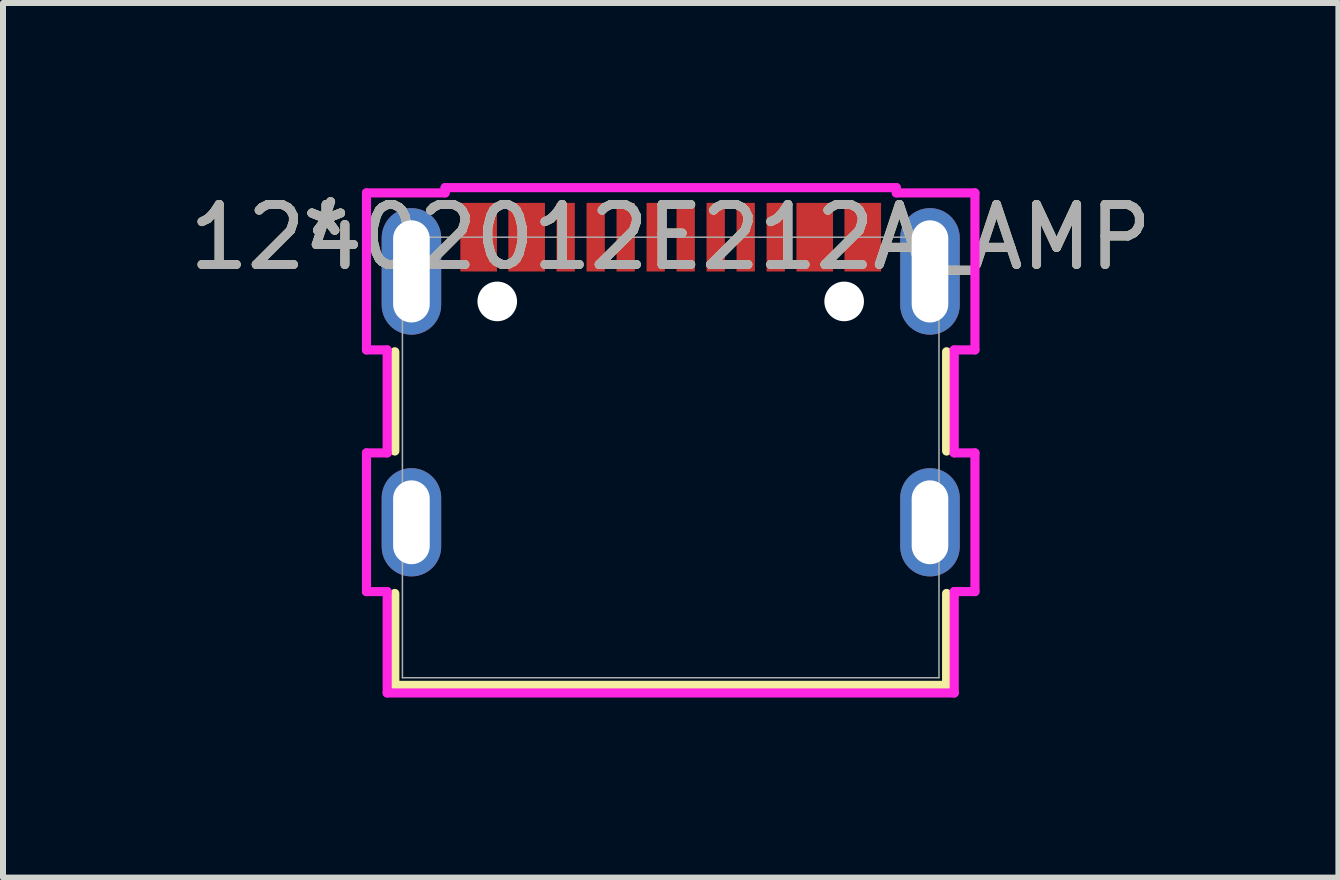
<source format=kicad_pcb>
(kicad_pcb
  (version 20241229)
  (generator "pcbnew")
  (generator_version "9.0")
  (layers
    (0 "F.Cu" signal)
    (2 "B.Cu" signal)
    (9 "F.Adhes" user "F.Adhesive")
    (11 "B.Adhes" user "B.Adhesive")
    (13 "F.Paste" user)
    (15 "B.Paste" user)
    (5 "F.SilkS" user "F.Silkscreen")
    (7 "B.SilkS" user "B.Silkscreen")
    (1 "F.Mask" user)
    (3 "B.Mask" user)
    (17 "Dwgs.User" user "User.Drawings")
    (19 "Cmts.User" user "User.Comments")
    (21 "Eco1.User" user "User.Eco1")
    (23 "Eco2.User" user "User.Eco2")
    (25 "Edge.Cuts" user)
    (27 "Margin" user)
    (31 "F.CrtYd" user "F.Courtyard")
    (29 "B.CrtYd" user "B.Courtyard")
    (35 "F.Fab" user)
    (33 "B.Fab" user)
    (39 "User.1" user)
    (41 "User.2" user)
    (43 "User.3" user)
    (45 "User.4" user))
  (footprint "12402012E212A_AMP"
    (layer "F.Cu")
    (at 8.125 4.572)
    (property "Reference" "12402012E212A_AMP" (at 0 -3.67 0) (unlocked yes) (layer "F.SilkS") (effects (font (size 1 1) (thickness 0.15))))
    (attr smd)
    (fp_line (start -4.597 -1.761) (end -4.597 -0.107) (stroke (width 0.152) (type solid)) (layer "F.SilkS"))
    (fp_line (start -4.597 2.266) (end -4.597 3.797) (stroke (width 0.152) (type solid)) (layer "F.SilkS"))
    (fp_line (start -4.597 3.797) (end 4.597 3.797) (stroke (width 0.152) (type solid)) (layer "F.SilkS"))
    (fp_line (start 4.597 -0.107) (end 4.597 -1.761) (stroke (width 0.152) (type solid)) (layer "F.SilkS"))
    (fp_line (start 4.597 3.797) (end 4.597 2.266) (stroke (width 0.152) (type solid)) (layer "F.SilkS"))
    (fp_line (start -5.069 -4.408) (end -5.069 -1.792) (stroke (width 0.152) (type solid)) (layer "F.CrtYd"))
    (fp_line (start -5.069 -1.792) (end -4.724 -1.792) (stroke (width 0.152) (type solid)) (layer "F.CrtYd"))
    (fp_line (start -5.069 -0.076) (end -5.069 2.235) (stroke (width 0.152) (type solid)) (layer "F.CrtYd"))
    (fp_line (start -5.069 2.235) (end -4.724 2.235) (stroke (width 0.152) (type solid)) (layer "F.CrtYd"))
    (fp_line (start -4.724 -1.792) (end -4.724 -0.076) (stroke (width 0.152) (type solid)) (layer "F.CrtYd"))
    (fp_line (start -4.724 -0.076) (end -5.069 -0.076) (stroke (width 0.152) (type solid)) (layer "F.CrtYd"))
    (fp_line (start -4.724 2.235) (end -4.724 3.924) (stroke (width 0.152) (type solid)) (layer "F.CrtYd"))
    (fp_line (start -4.724 3.924) (end 4.724 3.924) (stroke (width 0.152) (type solid)) (layer "F.CrtYd"))
    (fp_line (start -3.759 -4.496) (end -3.759 -4.408) (stroke (width 0.152) (type solid)) (layer "F.CrtYd"))
    (fp_line (start -3.759 -4.408) (end -5.069 -4.408) (stroke (width 0.152) (type solid)) (layer "F.CrtYd"))
    (fp_line (start 3.759 -4.496) (end -3.759 -4.496) (stroke (width 0.152) (type solid)) (layer "F.CrtYd"))
    (fp_line (start 3.759 -4.408) (end 3.759 -4.496) (stroke (width 0.152) (type solid)) (layer "F.CrtYd"))
    (fp_line (start 4.724 -1.792) (end 5.069 -1.792) (stroke (width 0.152) (type solid)) (layer "F.CrtYd"))
    (fp_line (start 4.724 -0.076) (end 4.724 -1.792) (stroke (width 0.152) (type solid)) (layer "F.CrtYd"))
    (fp_line (start 4.724 2.235) (end 5.069 2.235) (stroke (width 0.152) (type solid)) (layer "F.CrtYd"))
    (fp_line (start 4.724 3.924) (end 4.724 2.235) (stroke (width 0.152) (type solid)) (layer "F.CrtYd"))
    (fp_line (start 5.069 -4.408) (end 3.759 -4.408) (stroke (width 0.152) (type solid)) (layer "F.CrtYd"))
    (fp_line (start 5.069 -1.792) (end 5.069 -4.408) (stroke (width 0.152) (type solid)) (layer "F.CrtYd"))
    (fp_line (start 5.069 -0.076) (end 4.724 -0.076) (stroke (width 0.152) (type solid)) (layer "F.CrtYd"))
    (fp_line (start 5.069 2.235) (end 5.069 -0.076) (stroke (width 0.152) (type solid)) (layer "F.CrtYd"))
    (fp_line (start -4.47 -3.67) (end -4.47 3.67) (stroke (width 0.025) (type solid)) (layer "F.Fab"))
    (fp_line (start -4.47 3.67) (end 4.47 3.67) (stroke (width 0.025) (type solid)) (layer "F.Fab"))
    (fp_line (start 0 -3.67) (end 0 -3.67) (stroke (width 0.025) (type solid)) (layer "F.Fab"))
    (fp_line (start 0 -3.67) (end 0 -3.67) (stroke (width 0.025) (type solid)) (layer "F.Fab"))
    (fp_line (start 0 -3.67) (end 0 -3.67) (stroke (width 0.025) (type solid)) (layer "F.Fab"))
    (fp_line (start 0 -3.67) (end 0 -3.67) (stroke (width 0.025) (type solid)) (layer "F.Fab"))
    (fp_line (start 4.47 -3.67) (end -4.47 -3.67) (stroke (width 0.025) (type solid)) (layer "F.Fab"))
    (fp_line (start 4.47 3.67) (end 4.47 -3.67) (stroke (width 0.025) (type solid)) (layer "F.Fab"))
    (fp_text user "*" (at -5.74 -3.67 0) (layer "F.SilkS") (effects (font (size 1 1) (thickness 0.15))))
    (fp_text user "*" (at -5.74 -3.67 0) (unlocked yes) (layer "F.SilkS") (effects (font (size 1 1) (thickness 0.15))))
    (fp_text user "*" (at -5.74 -3.67 0) (unlocked yes) (layer "F.Fab") (effects (font (size 1 1) (thickness 0.15))))
    (fp_text user "${REFERENCE}" (at 0 -3.67 0) (unlocked yes) (layer "F.Fab") (effects (font (size 1 1) (thickness 0.15))))
    (fp_text user "*" (at -5.74 -3.67 0) (layer "F.Fab") (effects (font (size 1 1) (thickness 0.15))))
    (pad "" np_thru_hole oval (at -4.32 -3.1) (size 0.991 2.108) (drill oval 0.61 1.702) (layers "*.Cu" "*.Mask"))
    (pad "" np_thru_hole oval (at -4.32 1.08) (size 0.991 1.803) (drill oval 0.61 1.397) (layers "*.Cu" "*.Mask"))
    (pad "" np_thru_hole circle (at -2.89 -2.6) (size 0.66 0.66) (drill 0.66) (layers "*.Cu" "*.Mask"))
    (pad "" np_thru_hole circle (at 2.89 -2.6) (size 0.66 0.66) (drill 0.66) (layers "*.Cu" "*.Mask"))
    (pad "" np_thru_hole oval (at 4.32 -3.1) (size 0.991 2.108) (drill oval 0.61 1.702) (layers "*.Cu" "*.Mask"))
    (pad "" np_thru_hole oval (at 4.32 1.08) (size 0.991 1.803) (drill oval 0.61 1.397) (layers "*.Cu" "*.Mask"))
    (pad "A1-B12" smd rect (at -3.2 -3.67) (size 0.61 1.143) (layers "F.Cu" "F.Mask" "F.Paste"))
    (pad "A4-B9" smd rect (at -2.4 -3.67) (size 0.61 1.143) (layers "F.Cu" "F.Mask" "F.Paste"))
    (pad "A5" smd rect (at -1.25 -3.67) (size 0.305 1.143) (layers "F.Cu" "F.Mask" "F.Paste"))
    (pad "A6" smd rect (at -0.25 -3.67) (size 0.305 1.143) (layers "F.Cu" "F.Mask" "F.Paste"))
    (pad "A7" smd rect (at 0.25 -3.67) (size 0.305 1.143) (layers "F.Cu" "F.Mask" "F.Paste"))
    (pad "A8" smd rect (at 1.25 -3.67) (size 0.305 1.143) (layers "F.Cu" "F.Mask" "F.Paste"))
    (pad "B1-A12" smd rect (at 3.2 -3.67) (size 0.61 1.143) (layers "F.Cu" "F.Mask" "F.Paste"))
    (pad "B4-A9" smd rect (at 2.4 -3.67) (size 0.61 1.143) (layers "F.Cu" "F.Mask" "F.Paste"))
    (pad "B5" smd rect (at 1.75 -3.67) (size 0.305 1.143) (layers "F.Cu" "F.Mask" "F.Paste"))
    (pad "B6" smd rect (at 0.75 -3.67) (size 0.305 1.143) (layers "F.Cu" "F.Mask" "F.Paste"))
    (pad "B7" smd rect (at -0.75 -3.67) (size 0.305 1.143) (layers "F.Cu" "F.Mask" "F.Paste"))
    (pad "B8" smd rect (at -1.75 -3.67) (size 0.305 1.143) (layers "F.Cu" "F.Mask" "F.Paste")))
  (gr_rect
    (start -3 -3)
    (end 19.25 11.572)
    (stroke (width 0.1) (type default))
    (fill no)
    (layer "Edge.Cuts")))
</source>
